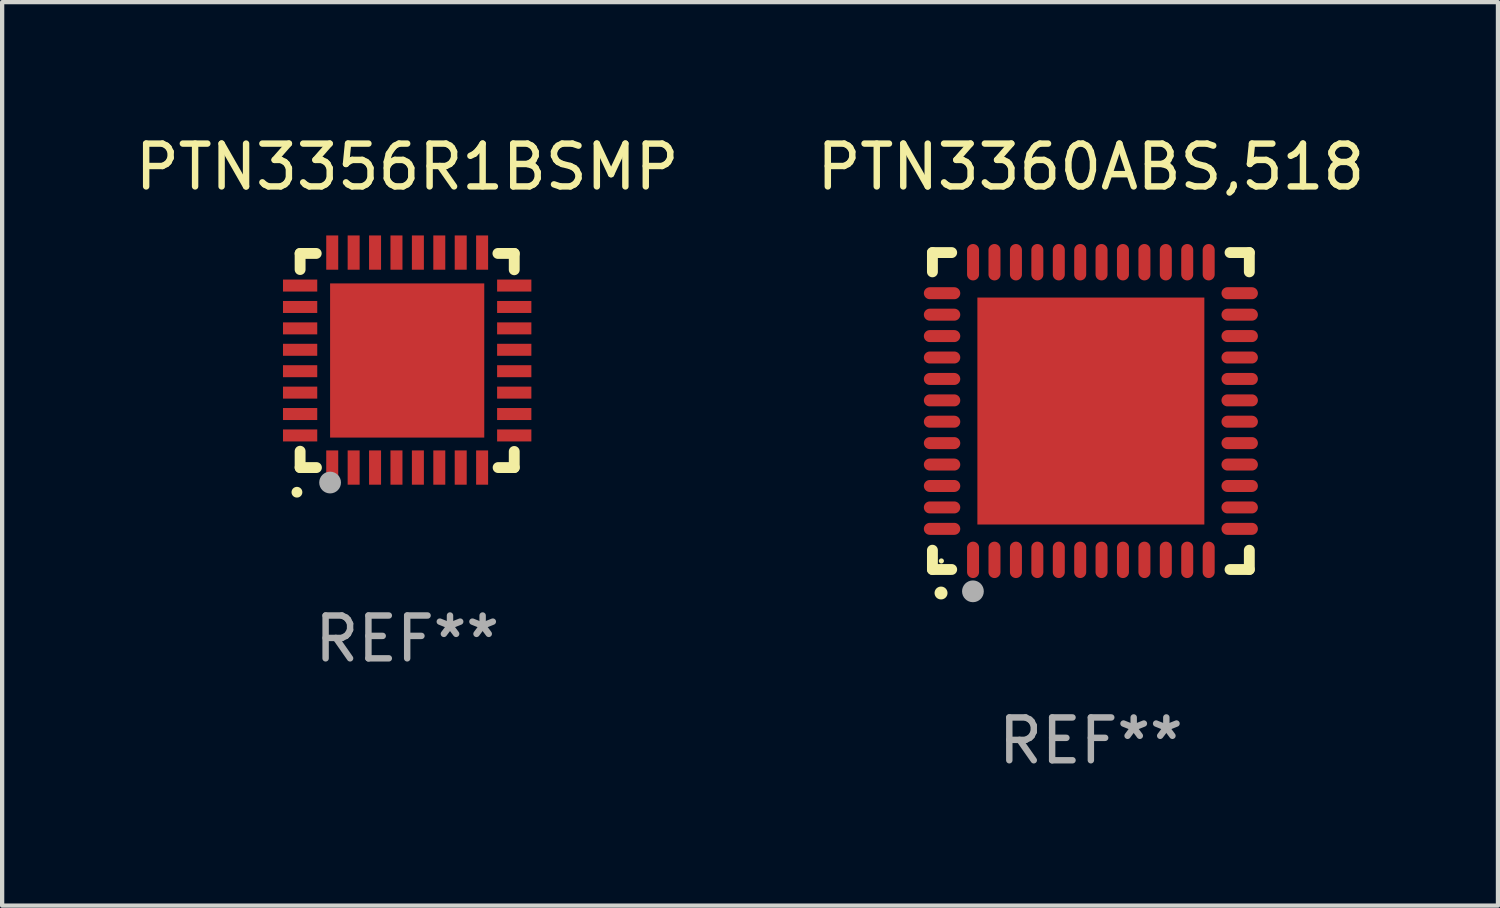
<source format=kicad_pcb>
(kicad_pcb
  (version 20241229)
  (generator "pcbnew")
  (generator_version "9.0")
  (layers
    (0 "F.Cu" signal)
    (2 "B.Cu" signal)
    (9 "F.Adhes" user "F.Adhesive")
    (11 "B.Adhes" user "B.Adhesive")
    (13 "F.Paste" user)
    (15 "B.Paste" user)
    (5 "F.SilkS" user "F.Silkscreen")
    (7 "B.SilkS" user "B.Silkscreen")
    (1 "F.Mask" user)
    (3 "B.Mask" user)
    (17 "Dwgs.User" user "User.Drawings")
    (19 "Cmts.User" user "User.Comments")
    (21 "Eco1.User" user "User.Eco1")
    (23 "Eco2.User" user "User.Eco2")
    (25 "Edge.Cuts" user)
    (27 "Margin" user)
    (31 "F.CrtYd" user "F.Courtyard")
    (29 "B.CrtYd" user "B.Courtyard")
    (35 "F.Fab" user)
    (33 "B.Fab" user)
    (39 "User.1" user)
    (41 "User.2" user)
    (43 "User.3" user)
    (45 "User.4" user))
  (footprint "PTN3360ABS,518"
    (layer "F.Cu")
    (at 22.423 6.548)
    (property "Reference" "PTN3360ABS,518" (at 0 -5.7 0) (layer "F.SilkS") (effects (font (size 1 1) (thickness 0.15))))
    (attr through_hole)
    (fp_line (start -3.7 -3.7) (end -3.25 -3.7) (stroke (width 0.254) (type solid)) (layer "F.SilkS"))
    (fp_line (start -3.7 -3.25) (end -3.7 -3.7) (stroke (width 0.254) (type solid)) (layer "F.SilkS"))
    (fp_line (start -3.7 3.7) (end -3.7 3.25) (stroke (width 0.254) (type solid)) (layer "F.SilkS"))
    (fp_line (start -3.25 3.7) (end -3.7 3.7) (stroke (width 0.254) (type solid)) (layer "F.SilkS"))
    (fp_line (start 3.25 3.7) (end 3.7 3.7) (stroke (width 0.254) (type solid)) (layer "F.SilkS"))
    (fp_line (start 3.7 -3.7) (end 3.25 -3.7) (stroke (width 0.254) (type solid)) (layer "F.SilkS"))
    (fp_line (start 3.7 -3.25) (end 3.7 -3.7) (stroke (width 0.254) (type solid)) (layer "F.SilkS"))
    (fp_line (start 3.7 3.7) (end 3.7 3.25) (stroke (width 0.254) (type solid)) (layer "F.SilkS"))
    (fp_arc (start -3.500127 4.249428) (mid -3.498857 4.249423) (end -3.497587 4.249428) (stroke (width 0.3) (type solid)) (layer "F.SilkS"))
    (fp_circle (center -3.491 3.501) (end -3.461 3.501) (stroke (width 0.06) (type solid)) (fill no) (layer "F.SilkS"))
    (fp_circle (center -2.754 4.21) (end -2.627 4.21) (stroke (width 0.254) (type solid)) (fill no) (layer "F.Fab"))
    (fp_text user "REF**" (at 0 7.7 0) (layer "F.Fab") (effects (font (size 1 1) (thickness 0.15))))
    (pad "1" smd oval (at -2.751 3.475) (size 0.28 0.85) (layers "F.Cu" "F.Mask" "F.Paste"))
    (pad "2" smd oval (at -2.251 3.475) (size 0.28 0.85) (layers "F.Cu" "F.Mask" "F.Paste"))
    (pad "3" smd oval (at -1.75 3.475) (size 0.28 0.85) (layers "F.Cu" "F.Mask" "F.Paste"))
    (pad "4" smd oval (at -1.25 3.475) (size 0.28 0.85) (layers "F.Cu" "F.Mask" "F.Paste"))
    (pad "5" smd oval (at -0.749 3.475) (size 0.28 0.85) (layers "F.Cu" "F.Mask" "F.Paste"))
    (pad "6" smd oval (at -0.249 3.475) (size 0.28 0.85) (layers "F.Cu" "F.Mask" "F.Paste"))
    (pad "7" smd oval (at 0.249 3.475) (size 0.28 0.85) (layers "F.Cu" "F.Mask" "F.Paste"))
    (pad "8" smd oval (at 0.749 3.475) (size 0.28 0.85) (layers "F.Cu" "F.Mask" "F.Paste"))
    (pad "9" smd oval (at 1.25 3.475) (size 0.28 0.85) (layers "F.Cu" "F.Mask" "F.Paste"))
    (pad "10" smd oval (at 1.75 3.475) (size 0.28 0.85) (layers "F.Cu" "F.Mask" "F.Paste"))
    (pad "11" smd oval (at 2.25 3.475) (size 0.28 0.85) (layers "F.Cu" "F.Mask" "F.Paste"))
    (pad "12" smd oval (at 2.751 3.475) (size 0.28 0.85) (layers "F.Cu" "F.Mask" "F.Paste"))
    (pad "13" smd oval (at 3.475 2.751) (size 0.85 0.28) (layers "F.Cu" "F.Mask" "F.Paste"))
    (pad "14" smd oval (at 3.475 2.251) (size 0.85 0.28) (layers "F.Cu" "F.Mask" "F.Paste"))
    (pad "15" smd oval (at 3.475 1.75) (size 0.85 0.28) (layers "F.Cu" "F.Mask" "F.Paste"))
    (pad "16" smd oval (at 3.475 1.25) (size 0.85 0.28) (layers "F.Cu" "F.Mask" "F.Paste"))
    (pad "17" smd oval (at 3.475 0.749) (size 0.85 0.28) (layers "F.Cu" "F.Mask" "F.Paste"))
    (pad "18" smd oval (at 3.475 0.249) (size 0.85 0.28) (layers "F.Cu" "F.Mask" "F.Paste"))
    (pad "19" smd oval (at 3.475 -0.249) (size 0.85 0.28) (layers "F.Cu" "F.Mask" "F.Paste"))
    (pad "20" smd oval (at 3.475 -0.749) (size 0.85 0.28) (layers "F.Cu" "F.Mask" "F.Paste"))
    (pad "21" smd oval (at 3.475 -1.25) (size 0.85 0.28) (layers "F.Cu" "F.Mask" "F.Paste"))
    (pad "22" smd oval (at 3.475 -1.75) (size 0.85 0.28) (layers "F.Cu" "F.Mask" "F.Paste"))
    (pad "23" smd oval (at 3.475 -2.25) (size 0.85 0.28) (layers "F.Cu" "F.Mask" "F.Paste"))
    (pad "24" smd oval (at 3.475 -2.751) (size 0.85 0.28) (layers "F.Cu" "F.Mask" "F.Paste"))
    (pad "25" smd oval (at 2.751 -3.475) (size 0.28 0.85) (layers "F.Cu" "F.Mask" "F.Paste"))
    (pad "26" smd oval (at 2.25 -3.475) (size 0.28 0.85) (layers "F.Cu" "F.Mask" "F.Paste"))
    (pad "27" smd oval (at 1.75 -3.475) (size 0.28 0.85) (layers "F.Cu" "F.Mask" "F.Paste"))
    (pad "28" smd oval (at 1.25 -3.475) (size 0.28 0.85) (layers "F.Cu" "F.Mask" "F.Paste"))
    (pad "29" smd oval (at 0.749 -3.475) (size 0.28 0.85) (layers "F.Cu" "F.Mask" "F.Paste"))
    (pad "30" smd oval (at 0.249 -3.475) (size 0.28 0.85) (layers "F.Cu" "F.Mask" "F.Paste"))
    (pad "31" smd oval (at -0.249 -3.475) (size 0.28 0.85) (layers "F.Cu" "F.Mask" "F.Paste"))
    (pad "32" smd oval (at -0.749 -3.475) (size 0.28 0.85) (layers "F.Cu" "F.Mask" "F.Paste"))
    (pad "33" smd oval (at -1.25 -3.475) (size 0.28 0.85) (layers "F.Cu" "F.Mask" "F.Paste"))
    (pad "34" smd oval (at -1.75 -3.475) (size 0.28 0.85) (layers "F.Cu" "F.Mask" "F.Paste"))
    (pad "35" smd oval (at -2.251 -3.475) (size 0.28 0.85) (layers "F.Cu" "F.Mask" "F.Paste"))
    (pad "36" smd oval (at -2.751 -3.475) (size 0.28 0.85) (layers "F.Cu" "F.Mask" "F.Paste"))
    (pad "37" smd oval (at -3.475 -2.751) (size 0.85 0.28) (layers "F.Cu" "F.Mask" "F.Paste"))
    (pad "38" smd oval (at -3.475 -2.25) (size 0.85 0.28) (layers "F.Cu" "F.Mask" "F.Paste"))
    (pad "39" smd oval (at -3.475 -1.75) (size 0.85 0.28) (layers "F.Cu" "F.Mask" "F.Paste"))
    (pad "40" smd oval (at -3.475 -1.25) (size 0.85 0.28) (layers "F.Cu" "F.Mask" "F.Paste"))
    (pad "41" smd oval (at -3.475 -0.749) (size 0.85 0.28) (layers "F.Cu" "F.Mask" "F.Paste"))
    (pad "42" smd oval (at -3.475 -0.249) (size 0.85 0.28) (layers "F.Cu" "F.Mask" "F.Paste"))
    (pad "43" smd oval (at -3.475 0.249) (size 0.85 0.28) (layers "F.Cu" "F.Mask" "F.Paste"))
    (pad "44" smd oval (at -3.475 0.749) (size 0.85 0.28) (layers "F.Cu" "F.Mask" "F.Paste"))
    (pad "45" smd oval (at -3.475 1.25) (size 0.85 0.28) (layers "F.Cu" "F.Mask" "F.Paste"))
    (pad "46" smd oval (at -3.475 1.75) (size 0.85 0.28) (layers "F.Cu" "F.Mask" "F.Paste"))
    (pad "47" smd oval (at -3.475 2.251) (size 0.85 0.28) (layers "F.Cu" "F.Mask" "F.Paste"))
    (pad "48" smd oval (at -3.475 2.751) (size 0.85 0.28) (layers "F.Cu" "F.Mask" "F.Paste"))
    (pad "49" smd rect (at -0.000102 0.000102) (size 5.3 5.3) (layers "F.Cu" "F.Mask" "F.Paste")))
  (footprint "PTN3356R1BSMP"
    (layer "F.Cu")
    (at 6.458 5.358)
    (property "Reference" "PTN3356R1BSMP" (at 0 -4.51 0) (layer "F.SilkS") (effects (font (size 1 1) (thickness 0.15))))
    (attr through_hole)
    (fp_line (start -2.5 -2.49) (end -2.124 -2.49) (stroke (width 0.254) (type solid)) (layer "F.SilkS"))
    (fp_line (start -2.5 -2.114) (end -2.5 -2.49) (stroke (width 0.254) (type solid)) (layer "F.SilkS"))
    (fp_line (start -2.5 2.51) (end -2.5 2.129) (stroke (width 0.254) (type solid)) (layer "F.SilkS"))
    (fp_line (start -2.5 2.51) (end -2.119 2.51) (stroke (width 0.254) (type solid)) (layer "F.SilkS"))
    (fp_line (start 2.119 -2.49) (end 2.5 -2.49) (stroke (width 0.254) (type solid)) (layer "F.SilkS"))
    (fp_line (start 2.124 2.51) (end 2.5 2.51) (stroke (width 0.254) (type solid)) (layer "F.SilkS"))
    (fp_line (start 2.5 -2.49) (end 2.5 -2.109) (stroke (width 0.254) (type solid)) (layer "F.SilkS"))
    (fp_line (start 2.5 2.134) (end 2.5 2.51) (stroke (width 0.254) (type solid)) (layer "F.SilkS"))
    (fp_arc (start -2.57554 3.086005) (mid -2.57427 3.085999) (end -2.573 3.086005) (stroke (width 0.25) (type solid)) (layer "F.SilkS"))
    (fp_circle (center -2.5 2.5) (end -2.45 2.5) (stroke (width 0.1) (type solid)) (fill no) (layer "F.SilkS"))
    (fp_circle (center -1.8 2.86) (end -1.673 2.86) (stroke (width 0.254) (type solid)) (fill no) (layer "F.Fab"))
    (fp_text user "REF**" (at 0 6.51 0) (layer "F.Fab") (effects (font (size 1 1) (thickness 0.15))))
    (pad "1" smd rect (at -1.75 2.51) (size 0.28 0.8) (layers "F.Cu" "F.Mask" "F.Paste"))
    (pad "2" smd rect (at -1.25 2.51) (size 0.28 0.8) (layers "F.Cu" "F.Mask" "F.Paste"))
    (pad "3" smd rect (at -0.75 2.51) (size 0.28 0.8) (layers "F.Cu" "F.Mask" "F.Paste"))
    (pad "4" smd rect (at -0.25 2.51) (size 0.28 0.8) (layers "F.Cu" "F.Mask" "F.Paste"))
    (pad "5" smd rect (at 0.25 2.51) (size 0.28 0.8) (layers "F.Cu" "F.Mask" "F.Paste"))
    (pad "6" smd rect (at 0.75 2.51) (size 0.28 0.8) (layers "F.Cu" "F.Mask" "F.Paste"))
    (pad "7" smd rect (at 1.25 2.51) (size 0.28 0.8) (layers "F.Cu" "F.Mask" "F.Paste"))
    (pad "8" smd rect (at 1.75 2.51) (size 0.28 0.8) (layers "F.Cu" "F.Mask" "F.Paste"))
    (pad "9" smd rect (at 2.5 1.76) (size 0.8 0.28) (layers "F.Cu" "F.Mask" "F.Paste"))
    (pad "10" smd rect (at 2.5 1.26) (size 0.8 0.28) (layers "F.Cu" "F.Mask" "F.Paste"))
    (pad "11" smd rect (at 2.5 0.76) (size 0.8 0.28) (layers "F.Cu" "F.Mask" "F.Paste"))
    (pad "12" smd rect (at 2.5 0.26) (size 0.8 0.28) (layers "F.Cu" "F.Mask" "F.Paste"))
    (pad "13" smd rect (at 2.5 -0.24) (size 0.8 0.28) (layers "F.Cu" "F.Mask" "F.Paste"))
    (pad "14" smd rect (at 2.5 -0.74) (size 0.8 0.28) (layers "F.Cu" "F.Mask" "F.Paste"))
    (pad "15" smd rect (at 2.5 -1.24) (size 0.8 0.28) (layers "F.Cu" "F.Mask" "F.Paste"))
    (pad "16" smd rect (at 2.5 -1.74) (size 0.8 0.28) (layers "F.Cu" "F.Mask" "F.Paste"))
    (pad "17" smd rect (at 1.75 -2.51) (size 0.28 0.8) (layers "F.Cu" "F.Mask" "F.Paste"))
    (pad "18" smd rect (at 1.25 -2.51) (size 0.28 0.8) (layers "F.Cu" "F.Mask" "F.Paste"))
    (pad "19" smd rect (at 0.75 -2.51) (size 0.28 0.8) (layers "F.Cu" "F.Mask" "F.Paste"))
    (pad "20" smd rect (at 0.25 -2.51) (size 0.28 0.8) (layers "F.Cu" "F.Mask" "F.Paste"))
    (pad "21" smd rect (at -0.25 -2.51) (size 0.28 0.8) (layers "F.Cu" "F.Mask" "F.Paste"))
    (pad "22" smd rect (at -0.75 -2.51) (size 0.28 0.8) (layers "F.Cu" "F.Mask" "F.Paste"))
    (pad "23" smd rect (at -1.25 -2.51) (size 0.28 0.8) (layers "F.Cu" "F.Mask" "F.Paste"))
    (pad "24" smd rect (at -1.75 -2.51) (size 0.28 0.8) (layers "F.Cu" "F.Mask" "F.Paste"))
    (pad "25" smd rect (at -2.5 -1.74) (size 0.8 0.28) (layers "F.Cu" "F.Mask" "F.Paste"))
    (pad "26" smd rect (at -2.5 -1.24) (size 0.8 0.28) (layers "F.Cu" "F.Mask" "F.Paste"))
    (pad "27" smd rect (at -2.5 -0.74) (size 0.8 0.28) (layers "F.Cu" "F.Mask" "F.Paste"))
    (pad "28" smd rect (at -2.5 -0.24) (size 0.8 0.28) (layers "F.Cu" "F.Mask" "F.Paste"))
    (pad "29" smd rect (at -2.5 0.26) (size 0.8 0.28) (layers "F.Cu" "F.Mask" "F.Paste"))
    (pad "30" smd rect (at -2.5 0.76) (size 0.8 0.28) (layers "F.Cu" "F.Mask" "F.Paste"))
    (pad "31" smd rect (at -2.5 1.26) (size 0.8 0.28) (layers "F.Cu" "F.Mask" "F.Paste"))
    (pad "32" smd rect (at -2.5 1.76) (size 0.8 0.28) (layers "F.Cu" "F.Mask" "F.Paste"))
    (pad "33" smd rect (at 0.000102 0.01) (size 3.6 3.6) (layers "F.Cu" "F.Mask" "F.Paste")))
  (gr_rect
    (start -3 -3)
    (end 31.929 18.097)
    (stroke (width 0.1) (type default))
    (fill no)
    (layer "Edge.Cuts")))
</source>
